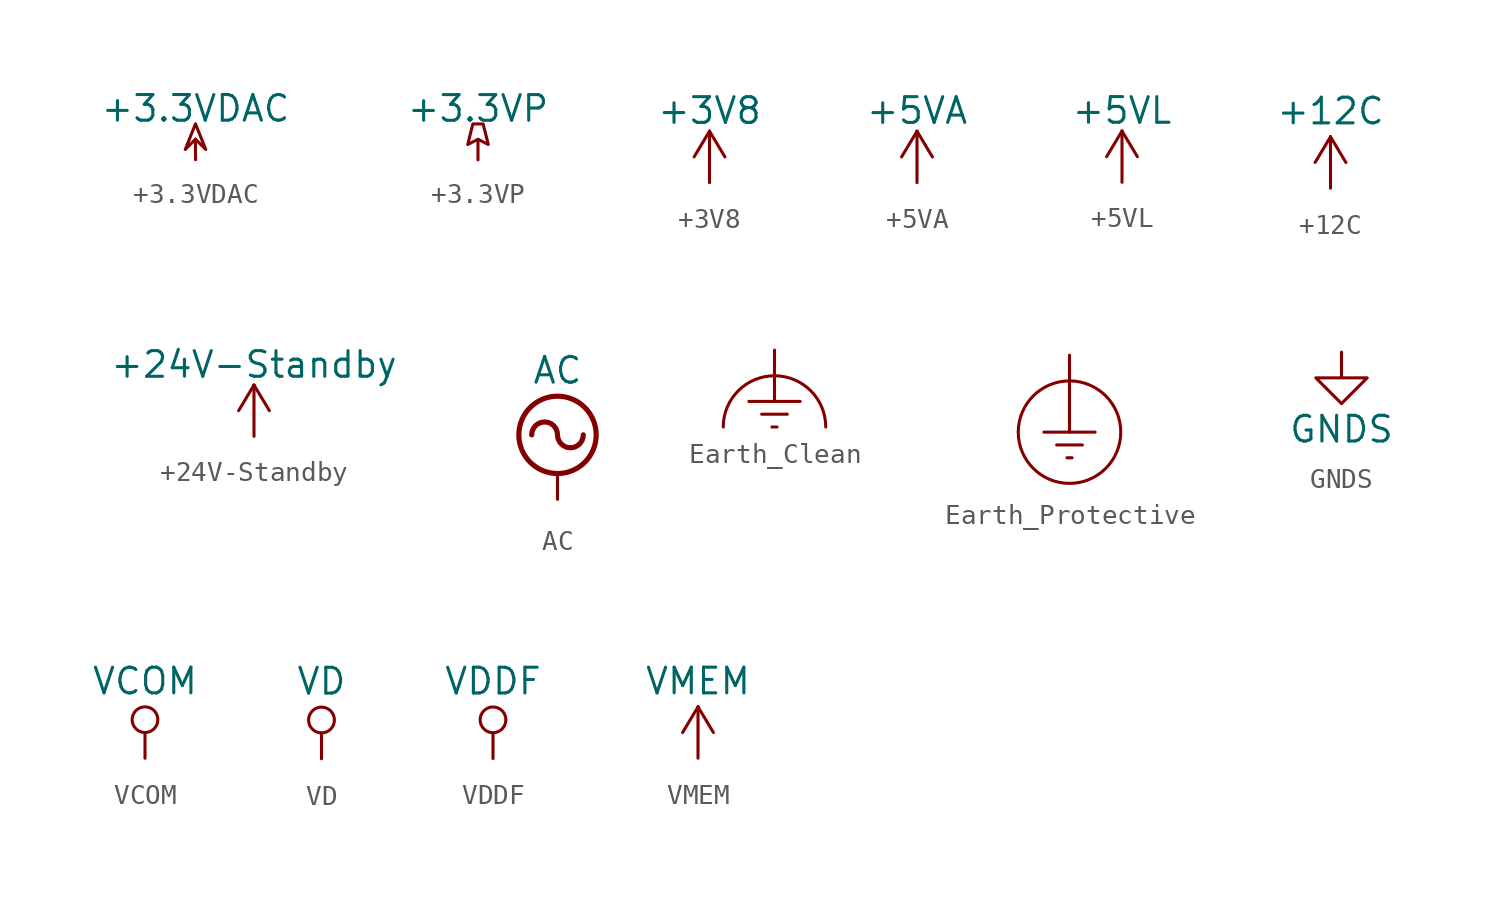
<source format=kicad_sym>
(kicad_symbol_lib
  (version 20231120)
  (generator "kicad_symbol_editor")
  (generator_version "8.0")
  (symbol "+3.3VDAC"
    (power)
    (pin_numbers hide)
    (pin_names
      (offset 0) hide)
    (property "Reference" "#PWR"
      (at 3.81 -1.27 0)
      (effects (font (size 1.27 1.27)) (hide yes)))
    (property "Value" "+3.3VDAC"
      (at 0 2.54 0)
      (effects (font (size 1.27 1.27))))
    (symbol "+3.3VDAC_0_0"
      (pin power_in line (at 0 0 90) (length 0) hide (name "+3.3VDAC" (effects (font (size 1.27 1.27)))) (number "1" (effects (font (size 1.27 1.27))))))
    (symbol "+3.3VDAC_0_1"
      (polyline (pts (xy 0 0) (xy 0 1.016) (xy 0 1.016)) (stroke (width 0) (type default)) (fill (type none)))
      (polyline (pts (xy 0 1.016) (xy 0.508 0.508) (xy 0 1.778) (xy -0.508 0.508) (xy 0 1.016) (xy 0 1.016)) (stroke (width 0) (type default)) (fill (type none)))))
  (symbol "+3.3VP"
    (power)
    (pin_numbers hide)
    (pin_names
      (offset 0) hide)
    (property "Reference" "#PWR"
      (at 3.81 -1.27 0)
      (effects (font (size 1.27 1.27)) (hide yes)))
    (property "Value" "+3.3VP"
      (at 0 2.54 0)
      (effects (font (size 1.27 1.27))))
    (symbol "+3.3VP_0_0"
      (pin power_in line (at 0 0 90) (length 0) hide (name "+3.3VP" (effects (font (size 1.27 1.27)))) (number "1" (effects (font (size 1.27 1.27))))))
    (symbol "+3.3VP_0_1"
      (polyline (pts (xy 0 0) (xy 0 1.016) (xy 0 1.016)) (stroke (width 0) (type default)) (fill (type none)))
      (polyline (pts (xy 0.508 0.762) (xy 0 1.016) (xy -0.508 0.762) (xy -0.254 1.778) (xy 0.254 1.778) (xy 0.508 0.762) (xy 0.508 0.762)) (stroke (width 0) (type default)) (fill (type none)))))
  (symbol "+3V8"
    (power)
    (pin_numbers hide)
    (pin_names
      (offset 0) hide)
    (property "Reference" "#PWR"
      (at 0 -3.81 0)
      (effects (font (size 1.27 1.27)) (hide yes)))
    (property "Value" "+3V8"
      (at 0 3.556 0)
      (effects (font (size 1.27 1.27))))
    (symbol "+3V8_0_1"
      (polyline (pts (xy -0.762 1.27) (xy 0 2.54)) (stroke (width 0) (type default)) (fill (type none)))
      (polyline (pts (xy 0 0) (xy 0 2.54)) (stroke (width 0) (type default)) (fill (type none)))
      (polyline (pts (xy 0 2.54) (xy 0.762 1.27)) (stroke (width 0) (type default)) (fill (type none))))
    (symbol "+3V8_1_1"
      (pin power_in line (at 0 0 90) (length 0) hide (name "+3V8" (effects (font (size 1.27 1.27)))) (number "1" (effects (font (size 1.27 1.27)))))))
  (symbol "+5VA"
    (power)
    (pin_numbers hide)
    (pin_names
      (offset 0) hide)
    (property "Reference" "#PWR"
      (at 0 -3.81 0)
      (effects (font (size 1.27 1.27)) (hide yes)))
    (property "Value" "+5VA"
      (at 0 3.556 0)
      (effects (font (size 1.27 1.27))))
    (symbol "+5VA_0_1"
      (polyline (pts (xy -0.762 1.27) (xy 0 2.54)) (stroke (width 0) (type default)) (fill (type none)))
      (polyline (pts (xy 0 0) (xy 0 2.54)) (stroke (width 0) (type default)) (fill (type none)))
      (polyline (pts (xy 0 2.54) (xy 0.762 1.27)) (stroke (width 0) (type default)) (fill (type none))))
    (symbol "+5VA_1_1"
      (pin power_in line (at 0 0 90) (length 0) hide (name "+5VA" (effects (font (size 1.27 1.27)))) (number "1" (effects (font (size 1.27 1.27)))))))
  (symbol "+5VL"
    (power)
    (pin_numbers hide)
    (pin_names
      (offset 0) hide)
    (property "Reference" "#PWR"
      (at 0 -3.81 0)
      (effects (font (size 1.27 1.27)) (hide yes)))
    (property "Value" "+5VL"
      (at 0 3.556 0)
      (effects (font (size 1.27 1.27))))
    (symbol "+5VL_0_1"
      (polyline (pts (xy -0.762 1.27) (xy 0 2.54)) (stroke (width 0) (type default)) (fill (type none)))
      (polyline (pts (xy 0 0) (xy 0 2.54)) (stroke (width 0) (type default)) (fill (type none)))
      (polyline (pts (xy 0 2.54) (xy 0.762 1.27)) (stroke (width 0) (type default)) (fill (type none))))
    (symbol "+5VL_1_1"
      (pin power_in line (at 0 0 90) (length 0) hide (name "+5VL" (effects (font (size 1.27 1.27)))) (number "1" (effects (font (size 1.27 1.27)))))))
  (symbol "+12C"
    (power)
    (pin_numbers hide)
    (pin_names
      (offset 0) hide)
    (property "Reference" "#PWR"
      (at 0 -3.81 0)
      (effects (font (size 1.27 1.27)) (hide yes)))
    (property "Value" "+12C"
      (at 0 3.81 0)
      (effects (font (size 1.27 1.27))))
    (symbol "+12C_0_1"
      (polyline (pts (xy -0.762 1.27) (xy 0 2.54)) (stroke (width 0) (type default)) (fill (type none)))
      (polyline (pts (xy 0 0) (xy 0 2.54)) (stroke (width 0) (type default)) (fill (type none)))
      (polyline (pts (xy 0 2.54) (xy 0.762 1.27)) (stroke (width 0) (type default)) (fill (type none))))
    (symbol "+12C_1_1"
      (pin power_in line (at 0 0 90) (length 0) hide (name "+12C" (effects (font (size 1.27 1.27)))) (number "1" (effects (font (size 1.27 1.27)))))))
  (symbol "+24V-Standby"
    (power)
    (pin_numbers hide)
    (pin_names
      (offset 0) hide)
    (property "Reference" "#PWR"
      (at 0 -3.81 0)
      (effects (font (size 1.27 1.27)) (hide yes)))
    (property "Value" "+24V-Standby"
      (at 0 3.556 0)
      (effects (font (size 1.27 1.27))))
    (symbol "+24V-Standby_0_1"
      (polyline (pts (xy -0.762 1.27) (xy 0 2.54)) (stroke (width 0) (type default)) (fill (type none)))
      (polyline (pts (xy 0 0) (xy 0 2.54)) (stroke (width 0) (type default)) (fill (type none)))
      (polyline (pts (xy 0 2.54) (xy 0.762 1.27)) (stroke (width 0) (type default)) (fill (type none))))
    (symbol "+24V-Standby_1_1"
      (pin power_in line (at 0 0 90) (length 0) hide (name "+24V" (effects (font (size 1.27 1.27)))) (number "1" (effects (font (size 1.27 1.27)))))))
  (symbol "AC"
    (power)
    (pin_numbers hide)
    (pin_names
      (offset 0) hide)
    (property "Reference" "#PWR"
      (at 0 -2.54 0)
      (effects (font (size 1.27 1.27)) (hide yes)))
    (property "Value" "AC"
      (at 0 6.35 0)
      (effects (font (size 1.27 1.27))))
    (symbol "AC_0_1"
      (polyline (pts (xy 0 0) (xy 0 1.27)) (stroke (width 0) (type default)) (fill (type none)))
      (arc (start 0 3.175) (mid -0.635 3.8073) (end -1.27 3.175) (stroke (width 0.254) (type default)) (fill (type none)))
      (arc (start 0 3.175) (mid 0.635 2.5427) (end 1.27 3.175) (stroke (width 0.254) (type default)) (fill (type none)))
      (circle (center 0 3.175) (radius 1.905) (stroke (width 0.254) (type default)) (fill (type none))))
    (symbol "AC_1_1"
      (pin power_in line (at 0 0 90) (length 0) hide (name "AC" (effects (font (size 1.27 1.27)))) (number "1" (effects (font (size 1.27 1.27)))))))
  (symbol "Earth_Clean"
    (power)
    (pin_numbers hide)
    (pin_names
      (offset 0) hide)
    (property "Reference" "#PWR"
      (at 6.35 0 0)
      (effects (font (size 1.27 1.27)) (hide yes)))
    (symbol "Earth_Clean_0_1"
      (polyline (pts (xy -0.635 -3.175) (xy 0.635 -3.175)) (stroke (width 0) (type default)) (fill (type none)))
      (polyline (pts (xy -0.127 -3.81) (xy 0.127 -3.81)) (stroke (width 0) (type default)) (fill (type none)))
      (polyline (pts (xy 0 -2.54) (xy 0 0)) (stroke (width 0) (type default)) (fill (type none)))
      (polyline (pts (xy 1.27 -2.54) (xy -1.27 -2.54)) (stroke (width 0) (type default)) (fill (type none)))
      (arc (start 2.54 -3.81) (mid 0 -1.281) (end -2.54 -3.81) (stroke (width 0) (type default)) (fill (type none))))
    (symbol "Earth_Clean_1_1"
      (pin power_in line (at 0 0 270) (length 0) hide (name "Earth_Clean" (effects (font (size 1.27 1.27)))) (number "1" (effects (font (size 1.27 1.27)))))))
  (symbol "Earth_Protective"
    (power)
    (pin_numbers hide)
    (pin_names
      (offset 0) hide)
    (property "Reference" "#PWR"
      (at 6.35 -6.35 0)
      (effects (font (size 1.27 1.27)) (hide yes)))
    (symbol "Earth_Protective_0_1"
      (circle (center 0 -3.81) (radius 2.54) (stroke (width 0) (type default)) (fill (type none)))
      (polyline (pts (xy -0.635 -4.445) (xy 0.635 -4.445)) (stroke (width 0) (type default)) (fill (type none)))
      (polyline (pts (xy -0.127 -5.08) (xy 0.127 -5.08)) (stroke (width 0) (type default)) (fill (type none)))
      (polyline (pts (xy 0 -3.81) (xy 0 0)) (stroke (width 0) (type default)) (fill (type none)))
      (polyline (pts (xy 1.27 -3.81) (xy -1.27 -3.81)) (stroke (width 0) (type default)) (fill (type none))))
    (symbol "Earth_Protective_1_1"
      (pin power_in line (at 0 0 270) (length 0) hide (name "Earth_Protective" (effects (font (size 1.27 1.27)))) (number "1" (effects (font (size 1.27 1.27)))))))
  (symbol "GNDS"
    (power)
    (pin_numbers hide)
    (pin_names
      (offset 0) hide)
    (property "Reference" "#PWR"
      (at 0 -6.35 0)
      (effects (font (size 1.27 1.27)) (hide yes)))
    (property "Value" "GNDS"
      (at 0 -3.81 0)
      (effects (font (size 1.27 1.27))))
    (symbol "GNDS_0_1"
      (polyline (pts (xy 0 0) (xy 0 -1.27) (xy 1.27 -1.27) (xy 0 -2.54) (xy -1.27 -1.27) (xy 0 -1.27)) (stroke (width 0) (type default)) (fill (type none))))
    (symbol "GNDS_1_1"
      (pin power_in line (at 0 0 270) (length 0) hide (name "GNDS" (effects (font (size 1.27 1.27)))) (number "1" (effects (font (size 1.27 1.27)))))))
  (symbol "VCOM"
    (power)
    (pin_numbers hide)
    (pin_names
      (offset 0) hide)
    (property "Reference" "#PWR"
      (at 0 -3.81 0)
      (effects (font (size 1.27 1.27)) (hide yes)))
    (property "Value" "VCOM"
      (at 0 3.81 0)
      (effects (font (size 1.27 1.27))))
    (symbol "VCOM_0_1"
      (polyline (pts (xy 0 0) (xy 0 1.27)) (stroke (width 0) (type default)) (fill (type none)))
      (circle (center 0 1.905) (radius 0.635) (stroke (width 0) (type default)) (fill (type none))))
    (symbol "VCOM_1_1"
      (pin power_in line (at 0 0 90) (length 0) hide (name "VCOM" (effects (font (size 1.27 1.27)))) (number "1" (effects (font (size 1.27 1.27)))))))
  (symbol "VD"
    (power)
    (pin_numbers hide)
    (pin_names
      (offset 0) hide)
    (property "Reference" "#PWR"
      (at 0 -3.81 0)
      (effects (font (size 1.27 1.27)) (hide yes)))
    (property "Value" "VD"
      (at 0 3.81 0)
      (effects (font (size 1.27 1.27))))
    (symbol "VD_0_1"
      (polyline (pts (xy 0 0) (xy 0 1.27)) (stroke (width 0) (type default)) (fill (type none)))
      (circle (center 0 1.905) (radius 0.635) (stroke (width 0) (type default)) (fill (type none))))
    (symbol "VD_1_1"
      (pin power_in line (at 0 0 90) (length 0) hide (name "VD" (effects (font (size 1.27 1.27)))) (number "1" (effects (font (size 1.27 1.27)))))))
  (symbol "VDDF"
    (power)
    (pin_numbers hide)
    (pin_names
      (offset 0) hide)
    (property "Reference" "#PWR"
      (at 0 -3.81 0)
      (effects (font (size 1.27 1.27)) (hide yes)))
    (property "Value" "VDDF"
      (at 0 3.81 0)
      (effects (font (size 1.27 1.27))))
    (symbol "VDDF_0_1"
      (polyline (pts (xy 0 0) (xy 0 1.27)) (stroke (width 0) (type default)) (fill (type none)))
      (circle (center 0 1.905) (radius 0.635) (stroke (width 0) (type default)) (fill (type none))))
    (symbol "VDDF_1_1"
      (pin power_in line (at 0 0 90) (length 0) hide (name "VDDF" (effects (font (size 1.27 1.27)))) (number "1" (effects (font (size 1.27 1.27)))))))
  (symbol "VMEM"
    (power)
    (pin_numbers hide)
    (pin_names
      (offset 0) hide)
    (property "Reference" "#PWR"
      (at 0 -3.81 0)
      (effects (font (size 1.27 1.27)) (hide yes)))
    (property "Value" "VMEM"
      (at 0 3.81 0)
      (effects (font (size 1.27 1.27))))
    (symbol "VMEM_0_1"
      (polyline (pts (xy -0.762 1.27) (xy 0 2.54)) (stroke (width 0) (type default)) (fill (type none)))
      (polyline (pts (xy 0 0) (xy 0 2.54)) (stroke (width 0) (type default)) (fill (type none)))
      (polyline (pts (xy 0 2.54) (xy 0.762 1.27)) (stroke (width 0) (type default)) (fill (type none))))
    (symbol "VMEM_1_1"
      (pin power_in line (at 0 0 90) (length 0) hide (name "VMEM" (effects (font (size 1.27 1.27)))) (number "1" (effects (font (size 1.27 1.27))))))))
</source>
